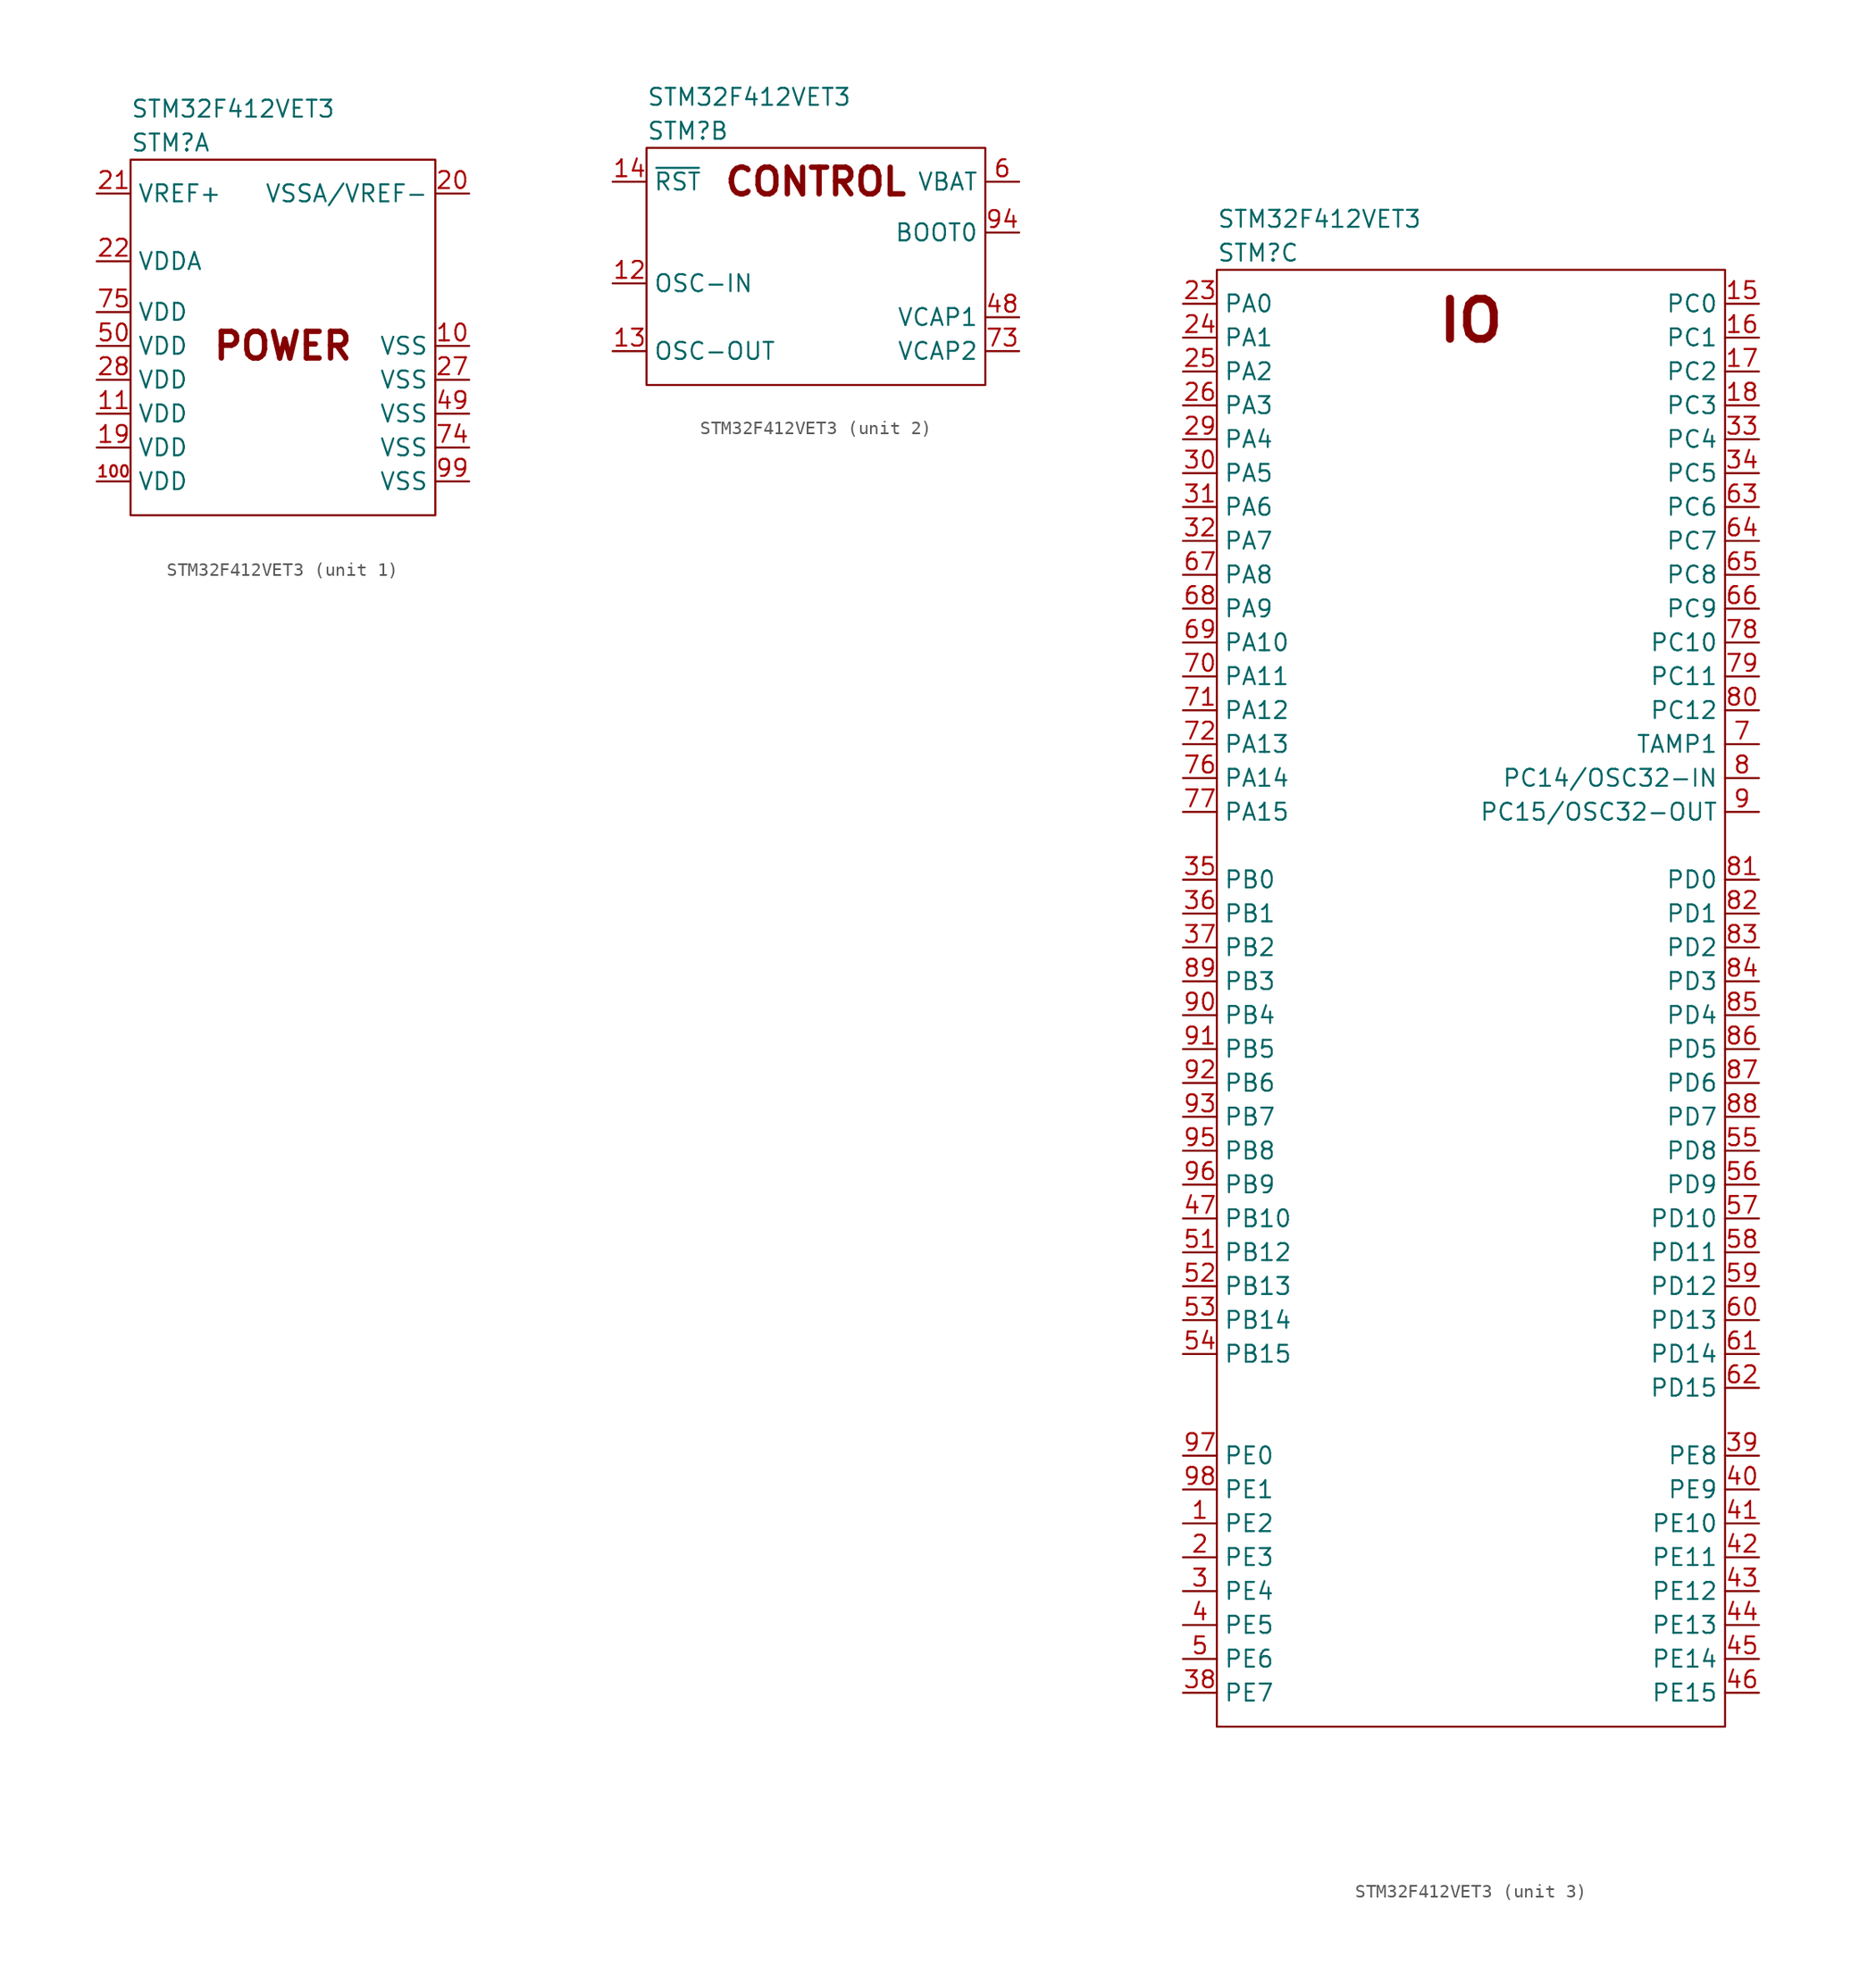
<source format=kicad_sym>
(kicad_symbol_lib
  (version 20211014)
  (generator kicad_symbol_editor)
  (symbol "STM32F412VET3"
    (property "Reference" "STM"
      (at 0 1.27 0)
      (effects (font (size 1.27 1.27)) (justify left)))
    (property "Value" "STM32F412VET3"
      (at 0 3.81 0)
      (effects (font (size 1.27 1.27)) (justify left)))
    (symbol "STM32F412VET3_1_0"
      (text "POWER" (at 11.43 -13.97 0) (effects (font (size 2 2) bold)))
      (pin power_in line (at 25.4 -13.97 180) (length 2.54) (name "VSS" (effects (font (size 1.27 1.27)))) (number "10" (effects (font (size 1.27 1.27)))))
      (pin power_in line (at -2.54 -24.13 0) (length 2.54) (name "VDD" (effects (font (size 1.27 1.27)))) (number "100" (effects (font (size 0.85 0.85)))))
      (pin power_in line (at -2.54 -19.05 0) (length 2.54) (name "VDD" (effects (font (size 1.27 1.27)))) (number "11" (effects (font (size 1.27 1.27)))))
      (pin power_in line (at -2.54 -21.59 0) (length 2.54) (name "VDD" (effects (font (size 1.27 1.27)))) (number "19" (effects (font (size 1.27 1.27)))))
      (pin input line (at 25.4 -2.54 180) (length 2.54) (name "VSSA/VREF-" (effects (font (size 1.27 1.27)))) (number "20" (effects (font (size 1.27 1.27)))))
      (pin input line (at -2.54 -2.54 0) (length 2.54) (name "VREF+" (effects (font (size 1.27 1.27)))) (number "21" (effects (font (size 1.27 1.27)))))
      (pin power_in line (at -2.54 -7.62 0) (length 2.54) (name "VDDA" (effects (font (size 1.27 1.27)))) (number "22" (effects (font (size 1.27 1.27)))))
      (pin power_in line (at 25.4 -16.51 180) (length 2.54) (name "VSS" (effects (font (size 1.27 1.27)))) (number "27" (effects (font (size 1.27 1.27)))))
      (pin power_in line (at -2.54 -16.51 0) (length 2.54) (name "VDD" (effects (font (size 1.27 1.27)))) (number "28" (effects (font (size 1.27 1.27)))))
      (pin power_in line (at 25.4 -19.05 180) (length 2.54) (name "VSS" (effects (font (size 1.27 1.27)))) (number "49" (effects (font (size 1.27 1.27)))))
      (pin power_in line (at -2.54 -13.97 0) (length 2.54) (name "VDD" (effects (font (size 1.27 1.27)))) (number "50" (effects (font (size 1.27 1.27)))))
      (pin power_in line (at 25.4 -21.59 180) (length 2.54) (name "VSS" (effects (font (size 1.27 1.27)))) (number "74" (effects (font (size 1.27 1.27)))))
      (pin power_in line (at -2.54 -11.43 0) (length 2.54) (name "VDD" (effects (font (size 1.27 1.27)))) (number "75" (effects (font (size 1.27 1.27)))))
      (pin power_in line (at 25.4 -24.13 180) (length 2.54) (name "VSS" (effects (font (size 1.27 1.27)))) (number "99" (effects (font (size 1.27 1.27))))))
    (symbol "STM32F412VET3_1_1"
      (rectangle (start 0 0) (end 22.86 -26.67) (stroke (width 0) (type default) (color 0 0 0 0)) (fill (type none))))
    (symbol "STM32F412VET3_2_0"
      (text "CONTROL" (at 12.7 -2.54 0) (effects (font (size 2 2) bold)))
      (pin input line (at -2.54 -10.16 0) (length 2.54) (name "OSC-IN" (effects (font (size 1.27 1.27)))) (number "12" (effects (font (size 1.27 1.27)))))
      (pin input line (at -2.54 -15.24 0) (length 2.54) (name "OSC-OUT" (effects (font (size 1.27 1.27)))) (number "13" (effects (font (size 1.27 1.27)))))
      (pin input line (at -2.54 -2.54 0) (length 2.54) (name "~{RST}" (effects (font (size 1.27 1.27)))) (number "14" (effects (font (size 1.27 1.27)))))
      (pin input line (at 27.94 -12.7 180) (length 2.54) (name "VCAP1" (effects (font (size 1.27 1.27)))) (number "48" (effects (font (size 1.27 1.27)))))
      (pin power_in line (at 27.94 -2.54 180) (length 2.54) (name "VBAT" (effects (font (size 1.27 1.27)))) (number "6" (effects (font (size 1.27 1.27)))))
      (pin input line (at 27.94 -15.24 180) (length 2.54) (name "VCAP2" (effects (font (size 1.27 1.27)))) (number "73" (effects (font (size 1.27 1.27)))))
      (pin input line (at 27.94 -6.35 180) (length 2.54) (name "BOOT0" (effects (font (size 1.27 1.27)))) (number "94" (effects (font (size 1.27 1.27))))))
    (symbol "STM32F412VET3_2_1"
      (rectangle (start 0 0) (end 25.4 -17.78) (stroke (width 0) (type default) (color 0 0 0 0)) (fill (type none))))
    (symbol "STM32F412VET3_3_0"
      (text "IO" (at 19.05 -3.81 0) (effects (font (size 3 3) bold)))
      (pin bidirectional line (at -2.54 -93.98 0) (length 2.54) (name "PE2" (effects (font (size 1.27 1.27)))) (number "1" (effects (font (size 1.27 1.27)))) (alternate "FSMC-A23" bidirectional line) (alternate "I2S4-CK" bidirectional line) (alternate "I2S5-CK" bidirectional line) (alternate "QSPI-BK1-IO2" bidirectional line) (alternate "SPI4-SCK" bidirectional line) (alternate "SPI5-SCK" bidirectional line) (alternate "TRACECLK" bidirectional line))
      (pin bidirectional line (at 40.64 -2.54 180) (length 2.54) (name "PC0" (effects (font (size 1.27 1.27)))) (number "15" (effects (font (size 1.27 1.27)))) (alternate "ADC-10" bidirectional line) (alternate "WKUP2" bidirectional line))
      (pin bidirectional line (at 40.64 -5.08 180) (length 2.54) (name "PC1" (effects (font (size 1.27 1.27)))) (number "16" (effects (font (size 1.27 1.27)))) (alternate "ADC-11" bidirectional line) (alternate "WKUP3" bidirectional line))
      (pin bidirectional line (at 40.64 -7.62 180) (length 2.54) (name "PC2" (effects (font (size 1.27 1.27)))) (number "17" (effects (font (size 1.27 1.27)))) (alternate "ADC-12" bidirectional line) (alternate "DFSDM1-CKOUT" bidirectional line) (alternate "FSMC-NWE" bidirectional line) (alternate "I2C2-SD" bidirectional line) (alternate "SPI2-CIPO" bidirectional line))
      (pin bidirectional line (at 40.64 -10.16 180) (length 2.54) (name "PC3" (effects (font (size 1.27 1.27)))) (number "18" (effects (font (size 1.27 1.27)))) (alternate "ADC-13" bidirectional line) (alternate "FSMC-A0" bidirectional line) (alternate "I2S-SD" bidirectional line) (alternate "SPI2-COPI" bidirectional line))
      (pin bidirectional line (at -2.54 -96.52 0) (length 2.54) (name "PE3" (effects (font (size 1.27 1.27)))) (number "2" (effects (font (size 1.27 1.27)))) (alternate "FSMC-A19" bidirectional line) (alternate "TRACED0" bidirectional line))
      (pin bidirectional line (at -2.54 -2.54 0) (length 2.54) (name "PA0" (effects (font (size 1.27 1.27)))) (number "23" (effects (font (size 1.27 1.27)))) (alternate "ADC-0" bidirectional line) (alternate "TIM2-CH1" bidirectional line) (alternate "TIM2-ETR" bidirectional line) (alternate "TIM5-CH1" bidirectional line) (alternate "TIM8-ETR" bidirectional line) (alternate "USART2-CTS" bidirectional line) (alternate "WKUP1" bidirectional line))
      (pin bidirectional line (at -2.54 -5.08 0) (length 2.54) (name "PA1" (effects (font (size 1.27 1.27)))) (number "24" (effects (font (size 1.27 1.27)))) (alternate "ADC-1" bidirectional line) (alternate "I2S4-SD" bidirectional line) (alternate "QSPI-BK1-IO3" bidirectional line) (alternate "SPI4-COPI" bidirectional line) (alternate "TIM2-CH2" bidirectional line) (alternate "TIM5-CH2" bidirectional line) (alternate "USART2-RTS" bidirectional line))
      (pin bidirectional line (at -2.54 -7.62 0) (length 2.54) (name "PA2" (effects (font (size 1.27 1.27)))) (number "25" (effects (font (size 1.27 1.27)))) (alternate " I2S2-CKIN" bidirectional line) (alternate "ADC-2" bidirectional line) (alternate "FSMC-D4" bidirectional line) (alternate "FSMC-DA4" bidirectional line) (alternate "TIM2-CH3" bidirectional line) (alternate "TIM5-CH3" bidirectional line) (alternate "TIM9-CH1" bidirectional line) (alternate "USART2-TX" bidirectional line))
      (pin bidirectional line (at -2.54 -10.16 0) (length 2.54) (name "PA3" (effects (font (size 1.27 1.27)))) (number "26" (effects (font (size 1.27 1.27)))) (alternate "ADC-3" bidirectional line) (alternate "FSMC-D5" bidirectional line) (alternate "FSMC-DA5" bidirectional line) (alternate "I2S2-MCK" bidirectional line) (alternate "TIM2-CH4" bidirectional line) (alternate "TIM5-CH4" bidirectional line) (alternate "TIM9-CH2" bidirectional line) (alternate "USART2-RX" bidirectional line))
      (pin bidirectional line (at -2.54 -12.7 0) (length 2.54) (name "PA4" (effects (font (size 1.27 1.27)))) (number "29" (effects (font (size 1.27 1.27)))) (alternate "ADC-4" bidirectional line) (alternate "DFSDM1-DATIN1" bidirectional line) (alternate "FSMC-D6" bidirectional line) (alternate "FSMC-DA6" bidirectional line) (alternate "I2S1-WS" bidirectional line) (alternate "I2S3-WS" bidirectional line) (alternate "SPI1-~{SS}" bidirectional line) (alternate "SPI3-~{SS}" bidirectional line) (alternate "USART2-CK" bidirectional line))
      (pin bidirectional line (at -2.54 -99.06 0) (length 2.54) (name "PE4" (effects (font (size 1.27 1.27)))) (number "3" (effects (font (size 1.27 1.27)))) (alternate "DFSDM1-DATIN3" bidirectional line) (alternate "FSMC-A20" bidirectional line) (alternate "I2S4-WS" bidirectional line) (alternate "I2S5-WS" bidirectional line) (alternate "SPI4-~{SS}" bidirectional line) (alternate "SPI5-~{SS}" bidirectional line) (alternate "TRACED1" bidirectional line))
      (pin bidirectional line (at -2.54 -15.24 0) (length 2.54) (name "PA5" (effects (font (size 1.27 1.27)))) (number "30" (effects (font (size 1.27 1.27)))) (alternate "ADC-5" bidirectional line) (alternate "DFSDM1-CKIN1" bidirectional line) (alternate "FSMC-D7" bidirectional line) (alternate "FSMC-DA7" bidirectional line) (alternate "I2S1-CK" bidirectional line) (alternate "SPI1-SCK" bidirectional line) (alternate "TIM2-CH1" bidirectional line) (alternate "TIM2-ETR" bidirectional line) (alternate "TIM8-~{CH1}" bidirectional line))
      (pin bidirectional line (at -2.54 -17.78 0) (length 2.54) (name "PA6" (effects (font (size 1.27 1.27)))) (number "31" (effects (font (size 1.27 1.27)))) (alternate "ADC-6" bidirectional line) (alternate "I2S2-MCK" bidirectional line) (alternate "QSPI-BK2-IO0" bidirectional line) (alternate "SDIO-CMD" bidirectional line) (alternate "SPI1-CIPO" bidirectional line) (alternate "TIM1-BKIN" bidirectional line) (alternate "TIM13-CH1" bidirectional line) (alternate "TIM3-CH1" bidirectional line) (alternate "TIM8-BKIN" bidirectional line))
      (pin bidirectional line (at -2.54 -20.32 0) (length 2.54) (name "PA7" (effects (font (size 1.27 1.27)))) (number "32" (effects (font (size 1.27 1.27)))) (alternate "ADC-7" bidirectional line) (alternate "I2S1-SD" bidirectional line) (alternate "QSPI-BK2-IO1" bidirectional line) (alternate "SPI1-COPI" bidirectional line) (alternate "TIM1-~{CH1}" bidirectional line) (alternate "TIM14-CH1" bidirectional line) (alternate "TIM3-CH2" bidirectional line) (alternate "TIM8-~{CH1}" bidirectional line))
      (pin bidirectional line (at 40.64 -12.7 180) (length 2.54) (name "PC4" (effects (font (size 1.27 1.27)))) (number "33" (effects (font (size 1.27 1.27)))) (alternate "ADC1-14" bidirectional line) (alternate "FSMC-~{E4}" bidirectional line) (alternate "I2S1-MCK" bidirectional line) (alternate "QSPI-BK2-IO2" bidirectional line))
      (pin bidirectional line (at 40.64 -15.24 180) (length 2.54) (name "PC5" (effects (font (size 1.27 1.27)))) (number "34" (effects (font (size 1.27 1.27)))) (alternate "ADC1-15" bidirectional line) (alternate "FSMC-~{OE}" bidirectional line) (alternate "I2CFMP1-SMBA" bidirectional line) (alternate "QSPI-BK2-IO3" bidirectional line) (alternate "USART3-RX" bidirectional line))
      (pin bidirectional line (at -2.54 -45.72 0) (length 2.54) (name "PB0" (effects (font (size 1.27 1.27)))) (number "35" (effects (font (size 1.27 1.27)))) (alternate "ADC-8" bidirectional line) (alternate "I2S5-CK" bidirectional line) (alternate "SPI5-SCK" bidirectional line) (alternate "TIM1-CH2-" bidirectional line) (alternate "TIM3-CH3" bidirectional line) (alternate "TIM8-CH2-" bidirectional line))
      (pin bidirectional line (at -2.54 -48.26 0) (length 2.54) (name "PB1" (effects (font (size 1.27 1.27)))) (number "36" (effects (font (size 1.27 1.27)))) (alternate "ADC-9" bidirectional line) (alternate "DFSDM1-DATIN0" bidirectional line) (alternate "I2S5-WS" bidirectional line) (alternate "QSPI-CLK" bidirectional line) (alternate "SPI5-~{SS}" bidirectional line) (alternate "TIM1-CH3-" bidirectional line) (alternate "TIM3-CH4" bidirectional line) (alternate "TIM8-CH3-" bidirectional line))
      (pin bidirectional line (at -2.54 -50.8 0) (length 2.54) (name "PB2" (effects (font (size 1.27 1.27)))) (number "37" (effects (font (size 1.27 1.27)))) (alternate "BOOT1" bidirectional line) (alternate "DFSDM1-CKIN0" bidirectional line) (alternate "QSPI-CLK" bidirectional line))
      (pin bidirectional line (at -2.54 -106.68 0) (length 2.54) (name "PE7" (effects (font (size 1.27 1.27)))) (number "38" (effects (font (size 1.27 1.27)))) (alternate "DFSDM1-DATIN2" bidirectional line) (alternate "FSMC-D4" bidirectional line) (alternate "FSMC-DA4" bidirectional line) (alternate "QSPI-BK2-IO0" bidirectional line) (alternate "TIM1-ETR" bidirectional line))
      (pin bidirectional line (at 40.64 -88.9 180) (length 2.54) (name "PE8" (effects (font (size 1.27 1.27)))) (number "39" (effects (font (size 1.27 1.27)))) (alternate "DFSDM1-CKIN2" bidirectional line) (alternate "FSMC-D5" bidirectional line) (alternate "FSMC-DA5" bidirectional line) (alternate "QSPI-BK2-IO1" bidirectional line) (alternate "TIM1-CH1-" bidirectional line))
      (pin bidirectional line (at -2.54 -101.6 0) (length 2.54) (name "PE5" (effects (font (size 1.27 1.27)))) (number "4" (effects (font (size 1.27 1.27)))) (alternate "DFSDM1-CKIN3" bidirectional line) (alternate "FSMC-A21" bidirectional line) (alternate "SPI4-CIPO" bidirectional line) (alternate "SPI5-CIPO" bidirectional line) (alternate "TIM9-CH1" bidirectional line) (alternate "TRACED2" bidirectional line))
      (pin bidirectional line (at 40.64 -91.44 180) (length 2.54) (name "PE9" (effects (font (size 1.27 1.27)))) (number "40" (effects (font (size 1.27 1.27)))) (alternate "DFSDM1-CKOUT" bidirectional line) (alternate "FSMC-D6" bidirectional line) (alternate "FSMC-DA6" bidirectional line) (alternate "QSPI-BK2-IO2" bidirectional line) (alternate "TIM1-CH1" bidirectional line))
      (pin bidirectional line (at 40.64 -93.98 180) (length 2.54) (name "PE10" (effects (font (size 1.27 1.27)))) (number "41" (effects (font (size 1.27 1.27)))) (alternate "FSMC-D7" bidirectional line) (alternate "FSMC-DA7" bidirectional line) (alternate "QSPI-BK2-IO3" bidirectional line) (alternate "TIM1-CH2-" bidirectional line))
      (pin bidirectional line (at 40.64 -96.52 180) (length 2.54) (name "PE11" (effects (font (size 1.27 1.27)))) (number "42" (effects (font (size 1.27 1.27)))) (alternate "FSMC-D8" bidirectional line) (alternate "FSMC-DA8" bidirectional line) (alternate "I2S4-WS" bidirectional line) (alternate "I2S5-WS" bidirectional line) (alternate "SPI4-~{SS}" bidirectional line) (alternate "SPI5-~{SS}" bidirectional line) (alternate "TIM1_CH2" bidirectional line))
      (pin bidirectional line (at 40.64 -99.06 180) (length 2.54) (name "PE12" (effects (font (size 1.27 1.27)))) (number "43" (effects (font (size 1.27 1.27)))) (alternate "FSMC-D9" bidirectional line) (alternate "FSMC-DA9" bidirectional line) (alternate "I2S4-CK" bidirectional line) (alternate "I2S5-CK" bidirectional line) (alternate "SPI4-SCK" bidirectional line) (alternate "SPI5-SCK" bidirectional line) (alternate "TIM1-CH3-" bidirectional line))
      (pin bidirectional line (at 40.64 -101.6 180) (length 2.54) (name "PE13" (effects (font (size 1.27 1.27)))) (number "44" (effects (font (size 1.27 1.27)))) (alternate "FSMC-D10" bidirectional line) (alternate "FSMC-DA10" bidirectional line) (alternate "SPI4-CIPO" bidirectional line) (alternate "SPI5-CIPO" bidirectional line) (alternate "TIM1-CH3" bidirectional line))
      (pin bidirectional line (at 40.64 -104.14 180) (length 2.54) (name "PE14" (effects (font (size 1.27 1.27)))) (number "45" (effects (font (size 1.27 1.27)))) (alternate "FSMC-D11" bidirectional line) (alternate "FSMC-DA11" bidirectional line) (alternate "I2S4-SD" bidirectional line) (alternate "I2S5-SD" bidirectional line) (alternate "SPI4-COPI" bidirectional line) (alternate "SPI5-COPI" bidirectional line) (alternate "TIM1-CH4" bidirectional line))
      (pin bidirectional line (at 40.64 -106.68 180) (length 2.54) (name "PE15" (effects (font (size 1.27 1.27)))) (number "46" (effects (font (size 1.27 1.27)))) (alternate "FSMC-D12" bidirectional line) (alternate "FSMC-DA12" bidirectional line) (alternate "TIM1-BKIN" bidirectional line))
      (pin bidirectional line (at -2.54 -71.12 0) (length 2.54) (name "PB10" (effects (font (size 1.27 1.27)))) (number "47" (effects (font (size 1.27 1.27)))) (alternate " I2C2-SCL" bidirectional line) (alternate "I2CFMP1-SCL" bidirectional line) (alternate "I2S2-CK" bidirectional line) (alternate "I2S3-MCK" bidirectional line) (alternate "SDIO-D7" bidirectional line) (alternate "SPI2-SCK" bidirectional line) (alternate "TIM2-CH3" bidirectional line) (alternate "USART3-TX" bidirectional line))
      (pin bidirectional line (at -2.54 -104.14 0) (length 2.54) (name "PE6" (effects (font (size 1.27 1.27)))) (number "5" (effects (font (size 1.27 1.27)))) (alternate "FSMC-A22" bidirectional line) (alternate "I2S4-SD" bidirectional line) (alternate "I2S5-SD" bidirectional line) (alternate "SPI4-COPI" bidirectional line) (alternate "SPI5-COPI" bidirectional line) (alternate "TIM9-CH2" bidirectional line) (alternate "TRACED3" bidirectional line))
      (pin bidirectional line (at -2.54 -73.66 0) (length 2.54) (name "PB12" (effects (font (size 1.27 1.27)))) (number "51" (effects (font (size 1.27 1.27)))) (alternate "CAN2-RX" bidirectional line) (alternate "DFSDM1-DATIN1" bidirectional line) (alternate "FSMC-D13" bidirectional line) (alternate "FSMC-DA13" bidirectional line) (alternate "I2C2-SMBA" bidirectional line) (alternate "I2S2-WS" bidirectional line) (alternate "I2S3-CK" bidirectional line) (alternate "I2S4-WS" bidirectional line) (alternate "SPI2-~{SS}" bidirectional line) (alternate "SPI3-SCK" bidirectional line) (alternate "SPI4-~{SS}" bidirectional line) (alternate "TIM1-BKIN" bidirectional line) (alternate "USART3-CK" bidirectional line))
      (pin bidirectional line (at -2.54 -76.2 0) (length 2.54) (name "PB13" (effects (font (size 1.27 1.27)))) (number "52" (effects (font (size 1.27 1.27)))) (alternate "CAN2-TX" bidirectional line) (alternate "DFSDM1-CKIN1" bidirectional line) (alternate "I2CFMP1-SMBA" bidirectional line) (alternate "I2S2-CK" bidirectional line) (alternate "I2S4-CK" bidirectional line) (alternate "SPI2-SCK" bidirectional line) (alternate "SPI4-SCK" bidirectional line) (alternate "TIM1-CH1-" bidirectional line) (alternate "USART3-CTS" bidirectional line))
      (pin bidirectional line (at -2.54 -78.74 0) (length 2.54) (name "PB14" (effects (font (size 1.27 1.27)))) (number "53" (effects (font (size 1.27 1.27)))) (alternate "DFSDM1-DATIN2" bidirectional line) (alternate "FSMC-D0" bidirectional line) (alternate "FSMC-DA0" bidirectional line) (alternate "I2CFMP1-SDA" bidirectional line) (alternate "I2S2ext-SD" bidirectional line) (alternate "SDIO-D6" bidirectional line) (alternate "SPI2-MISO" bidirectional line) (alternate "TIM1-CH2-" bidirectional line) (alternate "TIM12-CH1" bidirectional line) (alternate "TIM8-CH2-" bidirectional line) (alternate "USART3-RTS" bidirectional line))
      (pin bidirectional line (at -2.54 -81.28 0) (length 2.54) (name "PB15" (effects (font (size 1.27 1.27)))) (number "54" (effects (font (size 1.27 1.27)))) (alternate "DFSDM1-CKIN2" bidirectional line) (alternate "I2CFMP1-SCL" bidirectional line) (alternate "I2S2-SD" bidirectional line) (alternate "RTC-50Hz" bidirectional line) (alternate "SDIO-CK" bidirectional line) (alternate "SPI2-COPI" bidirectional line) (alternate "TIM1-CH3-" bidirectional line) (alternate "TIM12-CH2" bidirectional line) (alternate "TIM8-CH3-" bidirectional line))
      (pin bidirectional line (at 40.64 -66.04 180) (length 2.54) (name "PD8" (effects (font (size 1.27 1.27)))) (number "55" (effects (font (size 1.27 1.27)))) (alternate "FSMC-D13" bidirectional line) (alternate "FSMC-DA13" bidirectional line) (alternate "USART3-TX" bidirectional line))
      (pin bidirectional line (at 40.64 -68.58 180) (length 2.54) (name "PD9" (effects (font (size 1.27 1.27)))) (number "56" (effects (font (size 1.27 1.27)))) (alternate "FSMC-D14" bidirectional line) (alternate "FSMC-DA14" bidirectional line) (alternate "USART3-RX" bidirectional line))
      (pin bidirectional line (at 40.64 -71.12 180) (length 2.54) (name "PD10" (effects (font (size 1.27 1.27)))) (number "57" (effects (font (size 1.27 1.27)))) (alternate "FSMC-D15" bidirectional line) (alternate "FSMC-DA1" bidirectional line) (alternate "USART3-CK" bidirectional line))
      (pin bidirectional line (at 40.64 -73.66 180) (length 2.54) (name "PD11" (effects (font (size 1.27 1.27)))) (number "58" (effects (font (size 1.27 1.27)))) (alternate "FSMC-A16" bidirectional line) (alternate "I2CFMP1-SMBA" bidirectional line) (alternate "QSPI-BK1-IO0" bidirectional line) (alternate "USART3-CTS" bidirectional line))
      (pin bidirectional line (at 40.64 -76.2 180) (length 2.54) (name "PD12" (effects (font (size 1.27 1.27)))) (number "59" (effects (font (size 1.27 1.27)))) (alternate "FSMC-A17" bidirectional line) (alternate "I2CFMP1-SCL" bidirectional line) (alternate "QSPI-BK1-IO1" bidirectional line) (alternate "TIM4-CH1" bidirectional line) (alternate "USART3-RTS" bidirectional line))
      (pin bidirectional line (at 40.64 -78.74 180) (length 2.54) (name "PD13" (effects (font (size 1.27 1.27)))) (number "60" (effects (font (size 1.27 1.27)))) (alternate "FSMC-A18" bidirectional line) (alternate "I2CFMP1-SDA" bidirectional line) (alternate "QSPI-BK1-IO3" bidirectional line) (alternate "TIM4-CH2" bidirectional line))
      (pin bidirectional line (at 40.64 -81.28 180) (length 2.54) (name "PD14" (effects (font (size 1.27 1.27)))) (number "61" (effects (font (size 1.27 1.27)))) (alternate "FSMC-D0" bidirectional line) (alternate "FSMC-DA0" bidirectional line) (alternate "I2CFMP1-SCL" bidirectional line) (alternate "TIM4-CH3" bidirectional line))
      (pin bidirectional line (at 40.64 -83.82 180) (length 2.54) (name "PD15" (effects (font (size 1.27 1.27)))) (number "62" (effects (font (size 1.27 1.27)))) (alternate "FSMC-D1" bidirectional line) (alternate "FSMC-DA1" bidirectional line) (alternate "I2CFMP1-SDA" bidirectional line) (alternate "TIM4-CH4" bidirectional line))
      (pin bidirectional line (at 40.64 -17.78 180) (length 2.54) (name "PC6" (effects (font (size 1.27 1.27)))) (number "63" (effects (font (size 1.27 1.27)))) (alternate "DFSDM1-CKIN3," bidirectional line) (alternate "FSMC-D1" bidirectional line) (alternate "FSMC-DA1" bidirectional line) (alternate "I2CFMP1-SCL" bidirectional line) (alternate "I2S2-MCK" bidirectional line) (alternate "SDIO-D6" bidirectional line) (alternate "TIM3-CH1" bidirectional line) (alternate "TIM8-CH1" bidirectional line) (alternate "USART6-TX" bidirectional line))
      (pin bidirectional line (at 40.64 -20.32 180) (length 2.54) (name "PC7" (effects (font (size 1.27 1.27)))) (number "64" (effects (font (size 1.27 1.27)))) (alternate "DFSDM1-DATIN3" bidirectional line) (alternate "I2CFMP1-SDA" bidirectional line) (alternate "I2S2-CK" bidirectional line) (alternate "I2S3-MCK" bidirectional line) (alternate "SDIO-D7" bidirectional line) (alternate "SPI2-SCK" bidirectional line) (alternate "TIM3-CH2" bidirectional line) (alternate "TIM8-CH2" bidirectional line) (alternate "USART6-RX" bidirectional line))
      (pin bidirectional line (at 40.64 -22.86 180) (length 2.54) (name "PC8" (effects (font (size 1.27 1.27)))) (number "65" (effects (font (size 1.27 1.27)))) (alternate "QSPI-BK1-IO2" bidirectional line) (alternate "SDIO-D0" bidirectional line) (alternate "TIM3-CH3" bidirectional line) (alternate "TIM8-CH3" bidirectional line) (alternate "USART6-CK" bidirectional line))
      (pin bidirectional line (at 40.64 -25.4 180) (length 2.54) (name "PC9" (effects (font (size 1.27 1.27)))) (number "66" (effects (font (size 1.27 1.27)))) (alternate " I2C3-SDA" bidirectional line) (alternate "I2S2-CKIN" bidirectional line) (alternate "MCO2" bidirectional line) (alternate "QSPI-BK1-IO0" bidirectional line) (alternate "SDIO-D1" bidirectional line) (alternate "TIM3-CH4" bidirectional line) (alternate "TIM8-CH4" bidirectional line))
      (pin bidirectional line (at -2.54 -22.86 0) (length 2.54) (name "PA8" (effects (font (size 1.27 1.27)))) (number "67" (effects (font (size 1.27 1.27)))) (alternate "I2C3-SCL" bidirectional line) (alternate "MCO1" bidirectional line) (alternate "SDIO-D1" bidirectional line) (alternate "TIM1-CH1" bidirectional line) (alternate "USART1-CK" bidirectional line) (alternate "USB-FS-SOF" bidirectional line))
      (pin bidirectional line (at -2.54 -25.4 0) (length 2.54) (name "PA9" (effects (font (size 1.27 1.27)))) (number "68" (effects (font (size 1.27 1.27)))) (alternate "I2C3-SMBA" bidirectional line) (alternate "SDIO-D2" bidirectional line) (alternate "TIM1-CH2" bidirectional line) (alternate "USART1-TX" bidirectional line) (alternate "USB-FS-VBUS" bidirectional line))
      (pin bidirectional line (at -2.54 -27.94 0) (length 2.54) (name "PA10" (effects (font (size 1.27 1.27)))) (number "69" (effects (font (size 1.27 1.27)))) (alternate "I2S5-SD" bidirectional line) (alternate "SPI5-COPI" bidirectional line) (alternate "TIM1-CH3" bidirectional line) (alternate "USART1-RX" bidirectional line) (alternate "USB-FS-ID" bidirectional line))
      (pin output line (at 40.64 -35.56 180) (length 2.54) (name "TAMP1" (effects (font (size 1.27 1.27)))) (number "7" (effects (font (size 1.27 1.27)))) (alternate "PC13" bidirectional line))
      (pin bidirectional line (at -2.54 -30.48 0) (length 2.54) (name "PA11" (effects (font (size 1.27 1.27)))) (number "70" (effects (font (size 1.27 1.27)))) (alternate "CAN1-RX" bidirectional line) (alternate "SPI4-CIPO" bidirectional line) (alternate "TIM1-CH4" bidirectional line) (alternate "USART1-CTS" bidirectional line) (alternate "USART6-TX" bidirectional line) (alternate "USB-FS-D-" bidirectional line))
      (pin bidirectional line (at -2.54 -33.02 0) (length 2.54) (name "PA12" (effects (font (size 1.27 1.27)))) (number "71" (effects (font (size 1.27 1.27)))) (alternate "CAN1-TX" bidirectional line) (alternate "SPI5-CIPO" bidirectional line) (alternate "TIM1-ETR" bidirectional line) (alternate "USART1-RTS" bidirectional line) (alternate "USART6-RX" bidirectional line) (alternate "USB-FS-D+" bidirectional line))
      (pin bidirectional line (at -2.54 -35.56 0) (length 2.54) (name "PA13" (effects (font (size 1.27 1.27)))) (number "72" (effects (font (size 1.27 1.27)))) (alternate "JTMS" bidirectional line) (alternate "JTMS-SWDIO" bidirectional line) (alternate "SWDIO" bidirectional line))
      (pin bidirectional line (at -2.54 -38.1 0) (length 2.54) (name "PA14" (effects (font (size 1.27 1.27)))) (number "76" (effects (font (size 1.27 1.27)))) (alternate "JTCK" bidirectional line) (alternate "JTCK-SWCLK" bidirectional line) (alternate "SWCLK" bidirectional line))
      (pin bidirectional line (at -2.54 -40.64 0) (length 2.54) (name "PA15" (effects (font (size 1.27 1.27)))) (number "77" (effects (font (size 1.27 1.27)))) (alternate "I2S1-WS" bidirectional line) (alternate "I2S3-WS" bidirectional line) (alternate "JTDI" bidirectional line) (alternate "SPI1-~{SS}" bidirectional line) (alternate "SPI3-~{SS}" bidirectional line) (alternate "TIM2-CH1" bidirectional line) (alternate "TIM2-ETR" bidirectional line) (alternate "USART1-TX" bidirectional line))
      (pin bidirectional line (at 40.64 -27.94 180) (length 2.54) (name "PC10" (effects (font (size 1.27 1.27)))) (number "78" (effects (font (size 1.27 1.27)))) (alternate "I2S3-CK" bidirectional line) (alternate "QSPI-BK1-IO1" bidirectional line) (alternate "SDIO-D2" bidirectional line) (alternate "SPI3-SCK" bidirectional line) (alternate "USART3-TX" bidirectional line))
      (pin bidirectional line (at 40.64 -30.48 180) (length 2.54) (name "PC11" (effects (font (size 1.27 1.27)))) (number "79" (effects (font (size 1.27 1.27)))) (alternate "FSMC-D2" bidirectional line) (alternate "FSMC-DA2" bidirectional line) (alternate "I2S3ext-SD" bidirectional line) (alternate "QSPI-BK2-~{CS}" bidirectional line) (alternate "SDIO-D3" bidirectional line) (alternate "SPI3-CIPO" bidirectional line) (alternate "USART3-RX" bidirectional line))
      (pin bidirectional line (at 40.64 -38.1 180) (length 2.54) (name "PC14/OSC32-IN" (effects (font (size 1.27 1.27)))) (number "8" (effects (font (size 1.27 1.27)))) (alternate "OSC32-IN" input line) (alternate "PC14" bidirectional line))
      (pin bidirectional line (at 40.64 -33.02 180) (length 2.54) (name "PC12" (effects (font (size 1.27 1.27)))) (number "80" (effects (font (size 1.27 1.27)))) (alternate "FSMC-D3" bidirectional line) (alternate "FSMC-DA3" bidirectional line) (alternate "I2S3-SD" bidirectional line) (alternate "SDIO-CK" bidirectional line) (alternate "SPI3-COPI" bidirectional line) (alternate "USART3-CK" bidirectional line))
      (pin bidirectional line (at 40.64 -45.72 180) (length 2.54) (name "PD0" (effects (font (size 1.27 1.27)))) (number "81" (effects (font (size 1.27 1.27)))) (alternate "CAN1-RX" bidirectional line) (alternate "FSMC-D2" bidirectional line) (alternate "FSMC-DA2" bidirectional line))
      (pin bidirectional line (at 40.64 -48.26 180) (length 2.54) (name "PD1" (effects (font (size 1.27 1.27)))) (number "82" (effects (font (size 1.27 1.27)))) (alternate "CAN1-TX" bidirectional line) (alternate "FSMC-D3" bidirectional line) (alternate "FSMC-DA3" bidirectional line))
      (pin bidirectional line (at 40.64 -50.8 180) (length 2.54) (name "PD2" (effects (font (size 1.27 1.27)))) (number "83" (effects (font (size 1.27 1.27)))) (alternate "FSMC-~{WE}" bidirectional line) (alternate "SDIO-CMD" bidirectional line) (alternate "TIM3-ETR" bidirectional line))
      (pin bidirectional line (at 40.64 -53.34 180) (length 2.54) (name "PD3" (effects (font (size 1.27 1.27)))) (number "84" (effects (font (size 1.27 1.27)))) (alternate "DFSDM1-DATIN0" bidirectional line) (alternate "FSMC-CLK" bidirectional line) (alternate "I2S2-CK" bidirectional line) (alternate "QSPI-CLK" bidirectional line) (alternate "SPI2-SCK" bidirectional line) (alternate "TRACED1" bidirectional line) (alternate "USART2-CTS" bidirectional line))
      (pin bidirectional line (at 40.64 -55.88 180) (length 2.54) (name "PD4" (effects (font (size 1.27 1.27)))) (number "85" (effects (font (size 1.27 1.27)))) (alternate "DFSDM1-CKIN0" bidirectional line) (alternate "FSMC-~{OE}" bidirectional line) (alternate "USART2-RTS" bidirectional line))
      (pin bidirectional line (at 40.64 -58.42 180) (length 2.54) (name "PD5" (effects (font (size 1.27 1.27)))) (number "86" (effects (font (size 1.27 1.27)))) (alternate "FSMC-~{WE}" bidirectional line) (alternate "USART2-TX" bidirectional line))
      (pin bidirectional line (at 40.64 -60.96 180) (length 2.54) (name "PD6" (effects (font (size 1.27 1.27)))) (number "87" (effects (font (size 1.27 1.27)))) (alternate "DFSDM1-DATIN1" bidirectional line) (alternate "FSMC-~{WAIT}" bidirectional line) (alternate "I2S3-SD" bidirectional line) (alternate "SPI3-COPI" bidirectional line) (alternate "USART2-RX" bidirectional line))
      (pin bidirectional line (at 40.64 -63.5 180) (length 2.54) (name "PD7" (effects (font (size 1.27 1.27)))) (number "88" (effects (font (size 1.27 1.27)))) (alternate "DFSDM1-CKIN1" bidirectional line) (alternate "FSMC-~{E1}" bidirectional line) (alternate "USART2-CK" bidirectional line))
      (pin bidirectional line (at -2.54 -53.34 0) (length 2.54) (name "PB3" (effects (font (size 1.27 1.27)))) (number "89" (effects (font (size 1.27 1.27)))) (alternate "I2C2-SDA" bidirectional line) (alternate "I2CFMP1-SDA" bidirectional line) (alternate "I2S1-CK" bidirectional line) (alternate "I2S3-CK" bidirectional line) (alternate "JTDO" bidirectional line) (alternate "JTDO-SWO" bidirectional line) (alternate "SPI1-SCK" bidirectional line) (alternate "SPI3-SCK" bidirectional line) (alternate "SWO" bidirectional line) (alternate "TIM2-CH2" bidirectional line) (alternate "USART1-RX" bidirectional line))
      (pin bidirectional line (at 40.64 -40.64 180) (length 2.54) (name "PC15/OSC32-OUT" (effects (font (size 1.27 1.27)))) (number "9" (effects (font (size 1.27 1.27)))) (alternate "OSC32-OUT" input line) (alternate "PC15" bidirectional line))
      (pin bidirectional line (at -2.54 -55.88 0) (length 2.54) (name "PB4" (effects (font (size 1.27 1.27)))) (number "90" (effects (font (size 1.27 1.27)))) (alternate "I2C3-SDA" bidirectional line) (alternate "I2S3ext-SD" bidirectional line) (alternate "JTRST" bidirectional line) (alternate "SDIO-D0" bidirectional line) (alternate "SPI1-CIPO" bidirectional line) (alternate "SPI3-CIPO" bidirectional line) (alternate "TIM3-CH1" bidirectional line))
      (pin bidirectional line (at -2.54 -58.42 0) (length 2.54) (name "PB5" (effects (font (size 1.27 1.27)))) (number "91" (effects (font (size 1.27 1.27)))) (alternate "CAN2-RX" bidirectional line) (alternate "I2C1-SMBA" bidirectional line) (alternate "I2S1-SD" bidirectional line) (alternate "I2S3-SD" bidirectional line) (alternate "SDIO-D3" bidirectional line) (alternate "SPI1-COPI" bidirectional line) (alternate "SPI3-COPI" bidirectional line) (alternate "TIM3-CH2" bidirectional line))
      (pin bidirectional line (at -2.54 -60.96 0) (length 2.54) (name "PB6" (effects (font (size 1.27 1.27)))) (number "92" (effects (font (size 1.27 1.27)))) (alternate "CAN2-TX" bidirectional line) (alternate "I2C1-SCL" bidirectional line) (alternate "QSPI-BK1-~{CS}" bidirectional line) (alternate "SDIO-D0" bidirectional line) (alternate "TIM4-CH1" bidirectional line) (alternate "USART1-TX" bidirectional line))
      (pin bidirectional line (at -2.54 -63.5 0) (length 2.54) (name "PB7" (effects (font (size 1.27 1.27)))) (number "93" (effects (font (size 1.27 1.27)))) (alternate "FSMC-~{L}" bidirectional line) (alternate "I2C1-SDA" bidirectional line) (alternate "TIM4-CH2" bidirectional line) (alternate "USART1-RX" bidirectional line))
      (pin bidirectional line (at -2.54 -66.04 0) (length 2.54) (name "PB8" (effects (font (size 1.27 1.27)))) (number "95" (effects (font (size 1.27 1.27)))) (alternate "CAN1-RX" bidirectional line) (alternate "I2C1-SCL" bidirectional line) (alternate "I2C3-SDA" bidirectional line) (alternate "I2S5-SD" bidirectional line) (alternate "SDIO-D4" bidirectional line) (alternate "SPI5-COPI" bidirectional line) (alternate "TIM10-CH1" bidirectional line) (alternate "TIM4-CH3" bidirectional line))
      (pin bidirectional line (at -2.54 -68.58 0) (length 2.54) (name "PB9" (effects (font (size 1.27 1.27)))) (number "96" (effects (font (size 1.27 1.27)))) (alternate "CAN1-TX" bidirectional line) (alternate "I2C1-SDA" bidirectional line) (alternate "I2C2-SDA" bidirectional line) (alternate "I2S2-WS" bidirectional line) (alternate "SDIO-D5" bidirectional line) (alternate "SPI2-~{SS}" bidirectional line) (alternate "TIM11-CH1" bidirectional line) (alternate "TIM4-CH4" bidirectional line))
      (pin bidirectional line (at -2.54 -88.9 0) (length 2.54) (name "PE0" (effects (font (size 1.27 1.27)))) (number "97" (effects (font (size 1.27 1.27)))) (alternate "FSMC-~{BL0}" bidirectional line) (alternate "TIM4-ETR" bidirectional line))
      (pin bidirectional line (at -2.54 -91.44 0) (length 2.54) (name "PE1" (effects (font (size 1.27 1.27)))) (number "98" (effects (font (size 1.27 1.27)))) (alternate "FSMC-~{BL1}" bidirectional line)))
    (symbol "STM32F412VET3_3_1"
      (rectangle (start 0 0) (end 38.1 -109.22) (stroke (width 0) (type default) (color 0 0 0 0)) (fill (type none))))))
</source>
